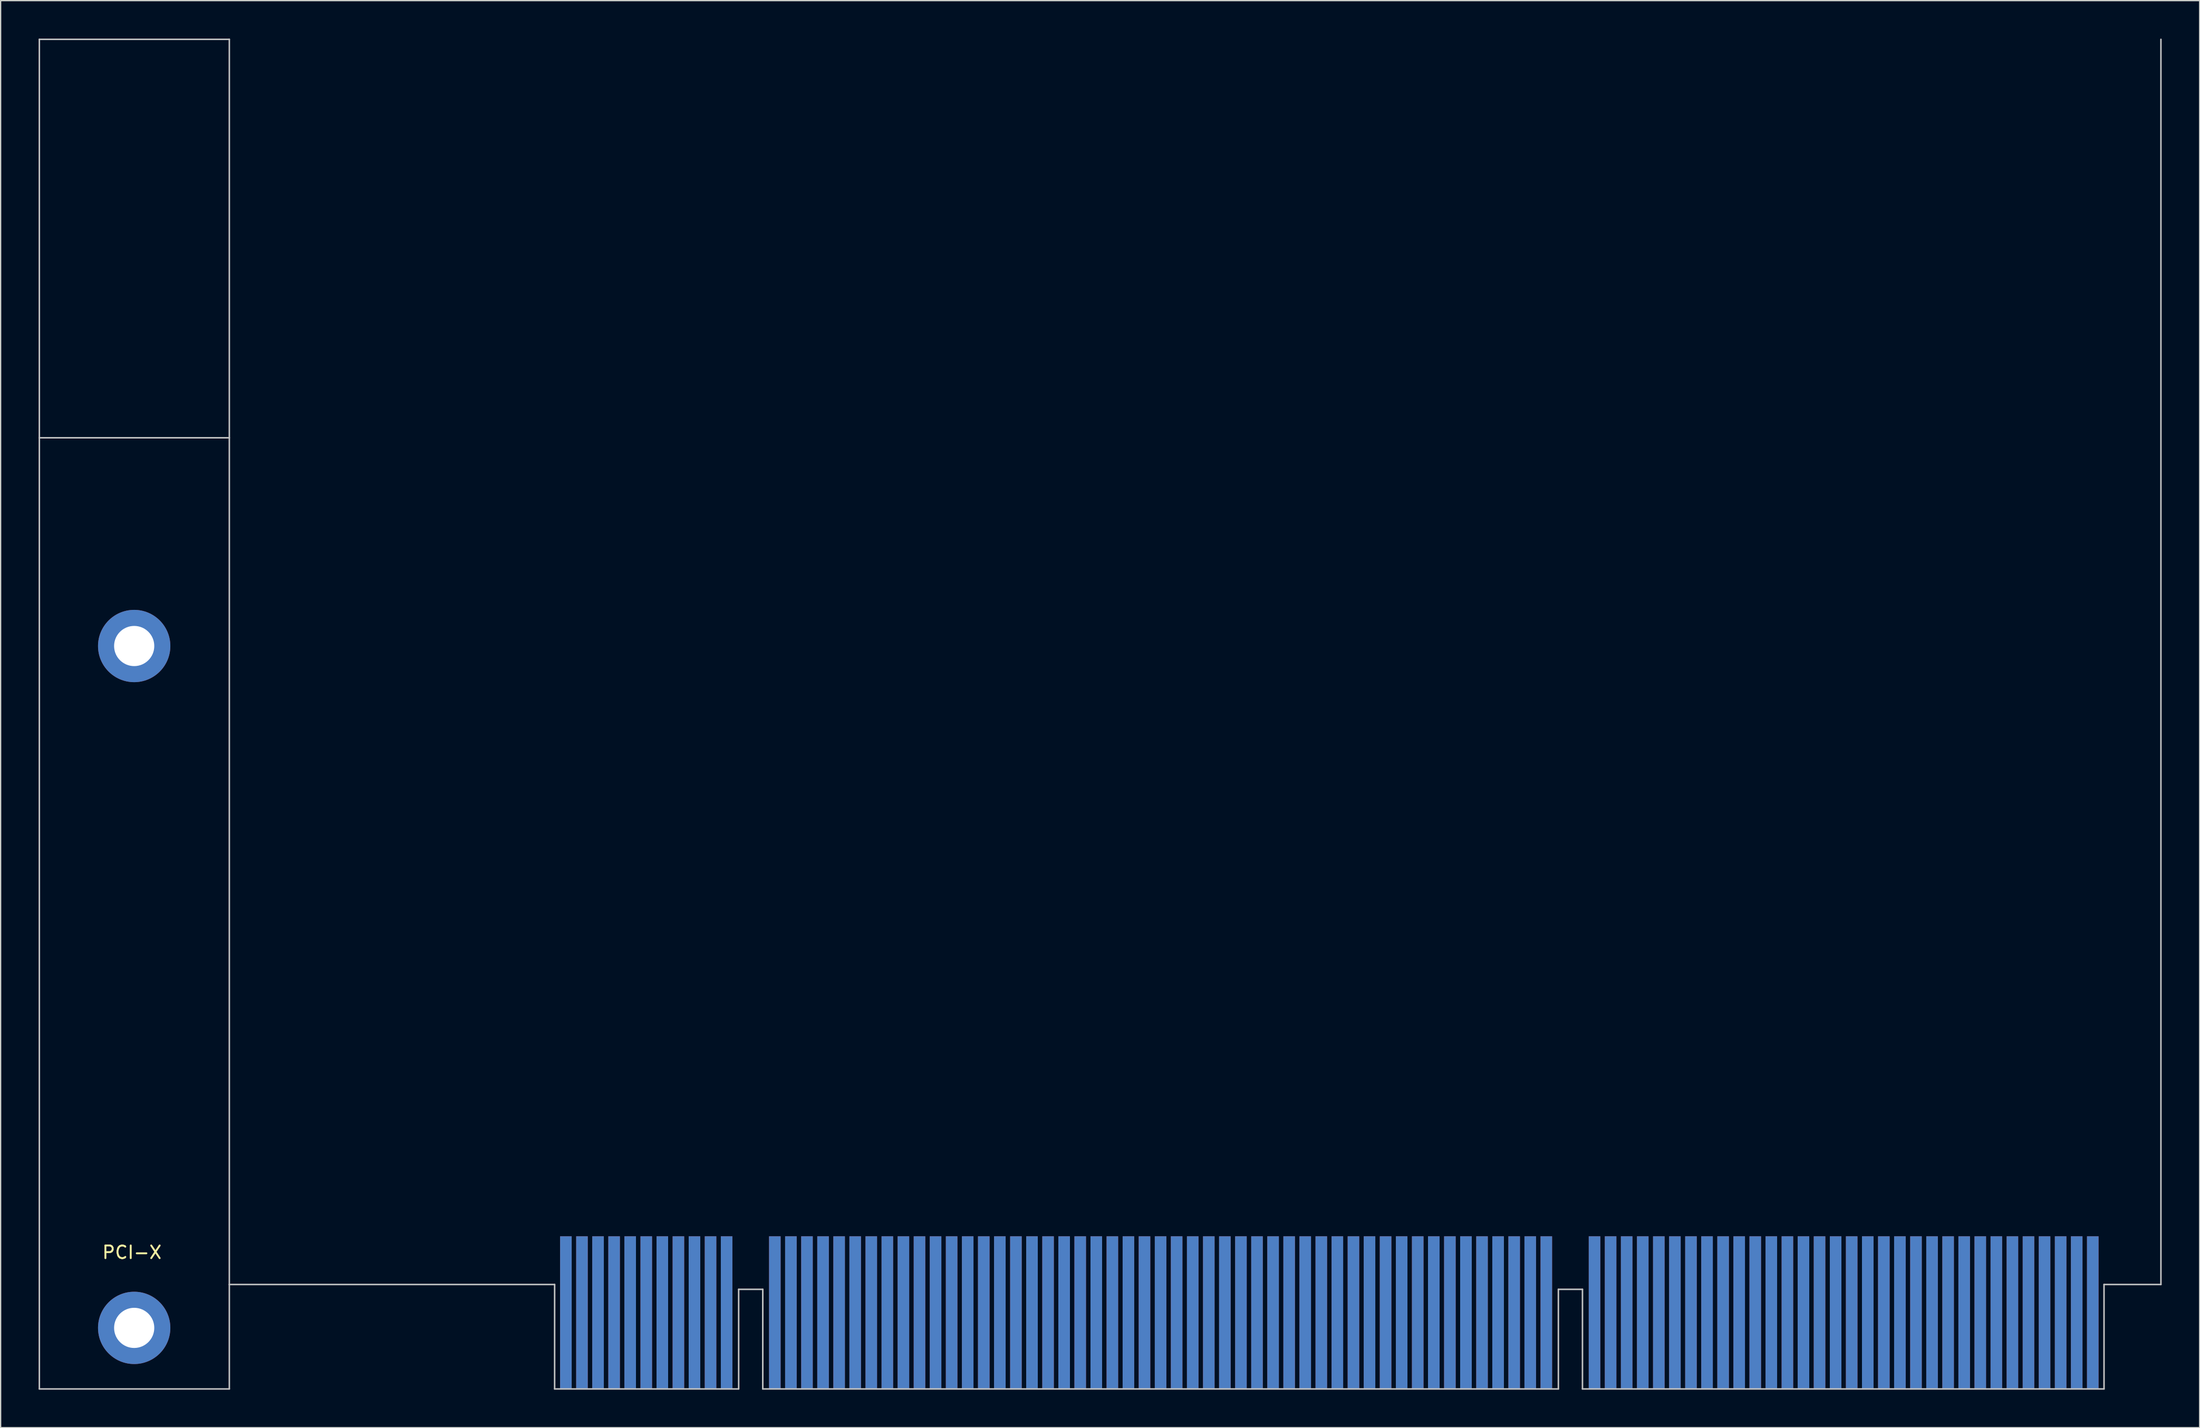
<source format=kicad_pcb>
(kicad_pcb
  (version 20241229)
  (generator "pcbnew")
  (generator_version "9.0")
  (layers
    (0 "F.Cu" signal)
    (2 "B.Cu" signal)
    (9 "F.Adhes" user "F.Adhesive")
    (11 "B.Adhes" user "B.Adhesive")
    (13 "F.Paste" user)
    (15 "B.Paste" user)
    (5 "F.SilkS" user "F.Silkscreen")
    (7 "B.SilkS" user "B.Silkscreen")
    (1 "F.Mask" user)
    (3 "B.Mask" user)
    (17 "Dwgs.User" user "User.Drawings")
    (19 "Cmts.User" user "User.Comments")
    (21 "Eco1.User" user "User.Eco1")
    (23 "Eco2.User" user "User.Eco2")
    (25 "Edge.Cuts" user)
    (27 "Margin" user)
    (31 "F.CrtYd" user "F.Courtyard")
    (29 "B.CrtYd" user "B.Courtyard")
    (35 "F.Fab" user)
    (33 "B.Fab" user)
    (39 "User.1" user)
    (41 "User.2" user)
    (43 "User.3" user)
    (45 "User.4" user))
  (footprint "PCI-X"
    (layer "F.Cu")
    (at 56.27 94.675)
    (property "Reference" "PCI-X" (at -48.895 1.27 0) (layer "F.SilkS") (effects (font (size 1 1) (thickness 0.15))))
    (attr through_hole)
    (fp_line (start -56.21 -94.615) (end -41.199 -94.615) (stroke (width 0.12) (type solid)) (layer "Dwgs.User"))
    (fp_line (start -56.21 -63.119) (end -41.199 -63.119) (stroke (width 0.12) (type solid)) (layer "Dwgs.User"))
    (fp_line (start -56.21 12.065) (end -56.21 -94.615) (stroke (width 0.12) (type solid)) (layer "Dwgs.User"))
    (fp_line (start -56.21 12.065) (end -41.199 12.065) (stroke (width 0.12) (type solid)) (layer "Dwgs.User"))
    (fp_line (start -41.199 3.81) (end -41.199 -94.615) (stroke (width 0.12) (type solid)) (layer "Dwgs.User"))
    (fp_line (start -41.199 3.81) (end -15.494 3.81) (stroke (width 0.12) (type solid)) (layer "Dwgs.User"))
    (fp_line (start -41.199 12.065) (end -41.199 3.81) (stroke (width 0.12) (type solid)) (layer "Dwgs.User"))
    (fp_line (start -15.494 3.81) (end -15.494 12.065) (stroke (width 0.12) (type solid)) (layer "Dwgs.User"))
    (fp_line (start -15.494 12.065) (end -0.953 12.065) (stroke (width 0.12) (type solid)) (layer "Dwgs.User"))
    (fp_line (start -0.953 4.191) (end 0.953 4.191) (stroke (width 0.12) (type solid)) (layer "Dwgs.User"))
    (fp_line (start -0.953 12.065) (end -0.953 4.191) (stroke (width 0.12) (type solid)) (layer "Dwgs.User"))
    (fp_line (start 0.953 4.191) (end 0.953 12.065) (stroke (width 0.12) (type solid)) (layer "Dwgs.User"))
    (fp_line (start 0.953 12.065) (end 63.818 12.065) (stroke (width 0.12) (type solid)) (layer "Dwgs.User"))
    (fp_line (start 63.818 4.191) (end 65.722 4.191) (stroke (width 0.12) (type solid)) (layer "Dwgs.User"))
    (fp_line (start 63.818 12.065) (end 63.818 4.191) (stroke (width 0.12) (type solid)) (layer "Dwgs.User"))
    (fp_line (start 65.722 4.191) (end 65.722 12.065) (stroke (width 0.12) (type solid)) (layer "Dwgs.User"))
    (fp_line (start 65.722 12.065) (end 106.934 12.065) (stroke (width 0.12) (type solid)) (layer "Dwgs.User"))
    (fp_line (start 106.934 3.81) (end 111.43 3.81) (stroke (width 0.12) (type solid)) (layer "Dwgs.User"))
    (fp_line (start 106.934 12.065) (end 106.934 3.81) (stroke (width 0.12) (type solid)) (layer "Dwgs.User"))
    (fp_line (start 111.43 3.81) (end 111.43 -94.615) (stroke (width 0.12) (type solid)) (layer "Dwgs.User"))
    (pad "" thru_hole circle (at -48.717 -46.66) (size 5.715 5.715) (drill 3.175) (layers "*.Cu" "*.Mask"))
    (pad "" thru_hole circle (at -48.717 7.239) (size 5.715 5.715) (drill 3.175) (layers "*.Cu" "*.Mask"))
    (pad "A1" smd rect (at -14.605 0) (size 0.914 12.065) (drill (offset 0 6.032)) (layers "F.Cu" "F.Mask"))
    (pad "A2" smd rect (at -13.335 0) (size 0.914 12.065) (drill (offset 0 6.032)) (layers "F.Cu" "F.Mask"))
    (pad "A3" smd rect (at -12.065 0) (size 0.914 12.065) (drill (offset 0 6.032)) (layers "F.Cu" "F.Mask"))
    (pad "A4" smd rect (at -10.795 0) (size 0.914 12.065) (drill (offset 0 6.032)) (layers "F.Cu" "F.Mask"))
    (pad "A5" smd rect (at -9.525 0) (size 0.914 12.065) (drill (offset 0 6.032)) (layers "F.Cu" "F.Mask"))
    (pad "A6" smd rect (at -8.255 0) (size 0.914 12.065) (drill (offset 0 6.032)) (layers "F.Cu" "F.Mask"))
    (pad "A7" smd rect (at -6.985 0) (size 0.914 12.065) (drill (offset 0 6.032)) (layers "F.Cu" "F.Mask"))
    (pad "A8" smd rect (at -5.715 0) (size 0.914 12.065) (drill (offset 0 6.032)) (layers "F.Cu" "F.Mask"))
    (pad "A9" smd rect (at -4.445 0) (size 0.914 12.065) (drill (offset 0 6.032)) (layers "F.Cu" "F.Mask"))
    (pad "A10" smd rect (at -3.175 0) (size 0.914 12.065) (drill (offset 0 6.032)) (layers "F.Cu" "F.Mask"))
    (pad "A11" smd rect (at -1.905 0) (size 0.914 12.065) (drill (offset 0 6.032)) (layers "F.Cu" "F.Mask"))
    (pad "A14" smd rect (at 1.905 0) (size 0.914 12.065) (drill (offset 0 6.032)) (layers "F.Cu" "F.Mask"))
    (pad "A15" smd rect (at 3.175 0) (size 0.914 12.065) (drill (offset 0 6.032)) (layers "F.Cu" "F.Mask"))
    (pad "A16" smd rect (at 4.445 0) (size 0.914 12.065) (drill (offset 0 6.032)) (layers "F.Cu" "F.Mask"))
    (pad "A17" smd rect (at 5.715 0) (size 0.914 12.065) (drill (offset 0 6.032)) (layers "F.Cu" "F.Mask"))
    (pad "A18" smd rect (at 6.985 0) (size 0.914 12.065) (drill (offset 0 6.032)) (layers "F.Cu" "F.Mask"))
    (pad "A19" smd rect (at 8.255 0) (size 0.914 12.065) (drill (offset 0 6.032)) (layers "F.Cu" "F.Mask"))
    (pad "A20" smd rect (at 9.525 0) (size 0.914 12.065) (drill (offset 0 6.032)) (layers "F.Cu" "F.Mask"))
    (pad "A21" smd rect (at 10.795 0) (size 0.914 12.065) (drill (offset 0 6.032)) (layers "F.Cu" "F.Mask"))
    (pad "A22" smd rect (at 12.065 0) (size 0.914 12.065) (drill (offset 0 6.032)) (layers "F.Cu" "F.Mask"))
    (pad "A23" smd rect (at 13.335 0) (size 0.914 12.065) (drill (offset 0 6.032)) (layers "F.Cu" "F.Mask"))
    (pad "A24" smd rect (at 14.605 0) (size 0.914 12.065) (drill (offset 0 6.032)) (layers "F.Cu" "F.Mask"))
    (pad "A25" smd rect (at 15.875 0) (size 0.914 12.065) (drill (offset 0 6.032)) (layers "F.Cu" "F.Mask"))
    (pad "A26" smd rect (at 17.145 0) (size 0.914 12.065) (drill (offset 0 6.032)) (layers "F.Cu" "F.Mask"))
    (pad "A27" smd rect (at 18.415 0) (size 0.914 12.065) (drill (offset 0 6.032)) (layers "F.Cu" "F.Mask"))
    (pad "A28" smd rect (at 19.685 0) (size 0.914 12.065) (drill (offset 0 6.032)) (layers "F.Cu" "F.Mask"))
    (pad "A29" smd rect (at 20.955 0) (size 0.914 12.065) (drill (offset 0 6.032)) (layers "F.Cu" "F.Mask"))
    (pad "A30" smd rect (at 22.225 0) (size 0.914 12.065) (drill (offset 0 6.032)) (layers "F.Cu" "F.Mask"))
    (pad "A31" smd rect (at 23.495 0) (size 0.914 12.065) (drill (offset 0 6.032)) (layers "F.Cu" "F.Mask"))
    (pad "A32" smd rect (at 24.765 0) (size 0.914 12.065) (drill (offset 0 6.032)) (layers "F.Cu" "F.Mask"))
    (pad "A33" smd rect (at 26.035 0) (size 0.914 12.065) (drill (offset 0 6.032)) (layers "F.Cu" "F.Mask"))
    (pad "A34" smd rect (at 27.305 0) (size 0.914 12.065) (drill (offset 0 6.032)) (layers "F.Cu" "F.Mask"))
    (pad "A35" smd rect (at 28.575 0) (size 0.914 12.065) (drill (offset 0 6.032)) (layers "F.Cu" "F.Mask"))
    (pad "A36" smd rect (at 29.845 0) (size 0.914 12.065) (drill (offset 0 6.032)) (layers "F.Cu" "F.Mask"))
    (pad "A37" smd rect (at 31.115 0) (size 0.914 12.065) (drill (offset 0 6.032)) (layers "F.Cu" "F.Mask"))
    (pad "A38" smd rect (at 32.385 0) (size 0.914 12.065) (drill (offset 0 6.032)) (layers "F.Cu" "F.Mask"))
    (pad "A39" smd rect (at 33.655 0) (size 0.914 12.065) (drill (offset 0 6.032)) (layers "F.Cu" "F.Mask"))
    (pad "A40" smd rect (at 34.925 0) (size 0.914 12.065) (drill (offset 0 6.032)) (layers "F.Cu" "F.Mask"))
    (pad "A41" smd rect (at 36.195 0) (size 0.914 12.065) (drill (offset 0 6.032)) (layers "F.Cu" "F.Mask"))
    (pad "A42" smd rect (at 37.465 0) (size 0.914 12.065) (drill (offset 0 6.032)) (layers "F.Cu" "F.Mask"))
    (pad "A43" smd rect (at 38.735 0) (size 0.914 12.065) (drill (offset 0 6.032)) (layers "F.Cu" "F.Mask"))
    (pad "A44" smd rect (at 40.005 0) (size 0.914 12.065) (drill (offset 0 6.032)) (layers "F.Cu" "F.Mask"))
    (pad "A45" smd rect (at 41.275 0) (size 0.914 12.065) (drill (offset 0 6.032)) (layers "F.Cu" "F.Mask"))
    (pad "A46" smd rect (at 42.545 0) (size 0.914 12.065) (drill (offset 0 6.032)) (layers "F.Cu" "F.Mask"))
    (pad "A47" smd rect (at 43.815 0) (size 0.914 12.065) (drill (offset 0 6.032)) (layers "F.Cu" "F.Mask"))
    (pad "A48" smd rect (at 45.085 0) (size 0.914 12.065) (drill (offset 0 6.032)) (layers "F.Cu" "F.Mask"))
    (pad "A49" smd rect (at 46.355 0) (size 0.914 12.065) (drill (offset 0 6.032)) (layers "F.Cu" "F.Mask"))
    (pad "A50" smd rect (at 47.625 0) (size 0.914 12.065) (drill (offset 0 6.032)) (layers "F.Cu" "F.Mask"))
    (pad "A51" smd rect (at 48.895 0) (size 0.914 12.065) (drill (offset 0 6.032)) (layers "F.Cu" "F.Mask"))
    (pad "A52" smd rect (at 50.165 0) (size 0.914 12.065) (drill (offset 0 6.032)) (layers "F.Cu" "F.Mask"))
    (pad "A53" smd rect (at 51.435 0) (size 0.914 12.065) (drill (offset 0 6.032)) (layers "F.Cu" "F.Mask"))
    (pad "A54" smd rect (at 52.705 0) (size 0.914 12.065) (drill (offset 0 6.032)) (layers "F.Cu" "F.Mask"))
    (pad "A55" smd rect (at 53.975 0) (size 0.914 12.065) (drill (offset 0 6.032)) (layers "F.Cu" "F.Mask"))
    (pad "A56" smd rect (at 55.245 0) (size 0.914 12.065) (drill (offset 0 6.032)) (layers "F.Cu" "F.Mask"))
    (pad "A57" smd rect (at 56.515 0) (size 0.914 12.065) (drill (offset 0 6.032)) (layers "F.Cu" "F.Mask"))
    (pad "A58" smd rect (at 57.785 0) (size 0.914 12.065) (drill (offset 0 6.032)) (layers "F.Cu" "F.Mask"))
    (pad "A59" smd rect (at 59.055 0) (size 0.914 12.065) (drill (offset 0 6.032)) (layers "F.Cu" "F.Mask"))
    (pad "A60" smd rect (at 60.325 0) (size 0.914 12.065) (drill (offset 0 6.032)) (layers "F.Cu" "F.Mask"))
    (pad "A61" smd rect (at 61.595 0) (size 0.914 12.065) (drill (offset 0 6.032)) (layers "F.Cu" "F.Mask"))
    (pad "A62" smd rect (at 62.865 0) (size 0.914 12.065) (drill (offset 0 6.032)) (layers "F.Cu" "F.Mask"))
    (pad "A65" smd rect (at 66.675 0) (size 0.914 12.065) (drill (offset 0 6.032)) (layers "F.Cu" "F.Mask"))
    (pad "A66" smd rect (at 67.945 0) (size 0.914 12.065) (drill (offset 0 6.032)) (layers "F.Cu" "F.Mask"))
    (pad "A67" smd rect (at 69.215 0) (size 0.914 12.065) (drill (offset 0 6.032)) (layers "F.Cu" "F.Mask"))
    (pad "A68" smd rect (at 70.485 0) (size 0.914 12.065) (drill (offset 0 6.032)) (layers "F.Cu" "F.Mask"))
    (pad "A69" smd rect (at 71.755 0) (size 0.914 12.065) (drill (offset 0 6.032)) (layers "F.Cu" "F.Mask"))
    (pad "A70" smd rect (at 73.025 0) (size 0.914 12.065) (drill (offset 0 6.032)) (layers "F.Cu" "F.Mask"))
    (pad "A71" smd rect (at 74.295 0) (size 0.914 12.065) (drill (offset 0 6.032)) (layers "F.Cu" "F.Mask"))
    (pad "A72" smd rect (at 75.565 0) (size 0.914 12.065) (drill (offset 0 6.032)) (layers "F.Cu" "F.Mask"))
    (pad "A73" smd rect (at 76.835 0) (size 0.914 12.065) (drill (offset 0 6.032)) (layers "F.Cu" "F.Mask"))
    (pad "A74" smd rect (at 78.105 0) (size 0.914 12.065) (drill (offset 0 6.032)) (layers "F.Cu" "F.Mask"))
    (pad "A75" smd rect (at 79.375 0) (size 0.914 12.065) (drill (offset 0 6.032)) (layers "F.Cu" "F.Mask"))
    (pad "A76" smd rect (at 80.645 0) (size 0.914 12.065) (drill (offset 0 6.032)) (layers "F.Cu" "F.Mask"))
    (pad "A77" smd rect (at 81.915 0) (size 0.914 12.065) (drill (offset 0 6.032)) (layers "F.Cu" "F.Mask"))
    (pad "A78" smd rect (at 83.185 0) (size 0.914 12.065) (drill (offset 0 6.032)) (layers "F.Cu" "F.Mask"))
    (pad "A79" smd rect (at 84.455 0) (size 0.914 12.065) (drill (offset 0 6.032)) (layers "F.Cu" "F.Mask"))
    (pad "A80" smd rect (at 85.725 0) (size 0.914 12.065) (drill (offset 0 6.032)) (layers "F.Cu" "F.Mask"))
    (pad "A81" smd rect (at 86.995 0) (size 0.914 12.065) (drill (offset 0 6.032)) (layers "F.Cu" "F.Mask"))
    (pad "A82" smd rect (at 88.265 0) (size 0.914 12.065) (drill (offset 0 6.032)) (layers "F.Cu" "F.Mask"))
    (pad "A83" smd rect (at 89.535 0) (size 0.914 12.065) (drill (offset 0 6.032)) (layers "F.Cu" "F.Mask"))
    (pad "A84" smd rect (at 90.805 0) (size 0.914 12.065) (drill (offset 0 6.032)) (layers "F.Cu" "F.Mask"))
    (pad "A85" smd rect (at 92.075 0) (size 0.914 12.065) (drill (offset 0 6.032)) (layers "F.Cu" "F.Mask"))
    (pad "A86" smd rect (at 93.345 0) (size 0.914 12.065) (drill (offset 0 6.032)) (layers "F.Cu" "F.Mask"))
    (pad "A87" smd rect (at 94.615 0) (size 0.914 12.065) (drill (offset 0 6.032)) (layers "F.Cu" "F.Mask"))
    (pad "A88" smd rect (at 95.885 0) (size 0.914 12.065) (drill (offset 0 6.032)) (layers "F.Cu" "F.Mask"))
    (pad "A89" smd rect (at 97.155 0) (size 0.914 12.065) (drill (offset 0 6.032)) (layers "F.Cu" "F.Mask"))
    (pad "A90" smd rect (at 98.425 0) (size 0.914 12.065) (drill (offset 0 6.032)) (layers "F.Cu" "F.Mask"))
    (pad "A91" smd rect (at 99.695 0) (size 0.914 12.065) (drill (offset 0 6.032)) (layers "F.Cu" "F.Mask"))
    (pad "A92" smd rect (at 100.965 0) (size 0.914 12.065) (drill (offset 0 6.032)) (layers "F.Cu" "F.Mask"))
    (pad "A93" smd rect (at 102.235 0) (size 0.914 12.065) (drill (offset 0 6.032)) (layers "F.Cu" "F.Mask"))
    (pad "A94" smd rect (at 103.505 0) (size 0.914 12.065) (drill (offset 0 6.032)) (layers "F.Cu" "F.Mask"))
    (pad "A95" smd rect (at 104.775 0) (size 0.914 12.065) (drill (offset 0 6.032)) (layers "F.Cu" "F.Mask"))
    (pad "A96" smd rect (at 106.045 0) (size 0.914 12.065) (drill (offset 0 6.032)) (layers "F.Cu" "F.Mask"))
    (pad "B1" smd rect (at -14.605 0) (size 0.914 12.065) (drill (offset 0 6.032)) (layers "B.Cu" "B.Mask"))
    (pad "B2" smd rect (at -13.335 0) (size 0.914 12.065) (drill (offset 0 6.032)) (layers "B.Cu" "B.Mask"))
    (pad "B3" smd rect (at -12.065 0) (size 0.914 12.065) (drill (offset 0 6.032)) (layers "B.Cu" "B.Mask"))
    (pad "B4" smd rect (at -10.795 0) (size 0.914 12.065) (drill (offset 0 6.032)) (layers "B.Cu" "B.Mask"))
    (pad "B5" smd rect (at -9.525 0) (size 0.914 12.065) (drill (offset 0 6.032)) (layers "B.Cu" "B.Mask"))
    (pad "B6" smd rect (at -8.255 0) (size 0.914 12.065) (drill (offset 0 6.032)) (layers "B.Cu" "B.Mask"))
    (pad "B7" smd rect (at -6.985 0) (size 0.914 12.065) (drill (offset 0 6.032)) (layers "B.Cu" "B.Mask"))
    (pad "B8" smd rect (at -5.715 0) (size 0.914 12.065) (drill (offset 0 6.032)) (layers "B.Cu" "B.Mask"))
    (pad "B9" smd rect (at -4.445 0) (size 0.914 12.065) (drill (offset 0 6.032)) (layers "B.Cu" "B.Mask"))
    (pad "B10" smd rect (at -3.175 0) (size 0.914 12.065) (drill (offset 0 6.032)) (layers "B.Cu" "B.Mask"))
    (pad "B11" smd rect (at -1.905 0) (size 0.914 12.065) (drill (offset 0 6.032)) (layers "B.Cu" "B.Mask"))
    (pad "B14" smd rect (at 1.905 0) (size 0.914 12.065) (drill (offset 0 6.032)) (layers "B.Cu" "B.Mask"))
    (pad "B15" smd rect (at 3.175 0) (size 0.914 12.065) (drill (offset 0 6.032)) (layers "B.Cu" "B.Mask"))
    (pad "B16" smd rect (at 4.445 0) (size 0.914 12.065) (drill (offset 0 6.032)) (layers "B.Cu" "B.Mask"))
    (pad "B17" smd rect (at 5.715 0) (size 0.914 12.065) (drill (offset 0 6.032)) (layers "B.Cu" "B.Mask"))
    (pad "B18" smd rect (at 6.985 0) (size 0.914 12.065) (drill (offset 0 6.032)) (layers "B.Cu" "B.Mask"))
    (pad "B19" smd rect (at 8.255 0) (size 0.914 12.065) (drill (offset 0 6.032)) (layers "B.Cu" "B.Mask"))
    (pad "B20" smd rect (at 9.525 0) (size 0.914 12.065) (drill (offset 0 6.032)) (layers "B.Cu" "B.Mask"))
    (pad "B21" smd rect (at 10.795 0) (size 0.914 12.065) (drill (offset 0 6.032)) (layers "B.Cu" "B.Mask"))
    (pad "B22" smd rect (at 12.065 0) (size 0.914 12.065) (drill (offset 0 6.032)) (layers "B.Cu" "B.Mask"))
    (pad "B23" smd rect (at 13.335 0) (size 0.914 12.065) (drill (offset 0 6.032)) (layers "B.Cu" "B.Mask"))
    (pad "B24" smd rect (at 14.605 0) (size 0.914 12.065) (drill (offset 0 6.032)) (layers "B.Cu" "B.Mask"))
    (pad "B25" smd rect (at 15.875 0) (size 0.914 12.065) (drill (offset 0 6.032)) (layers "B.Cu" "B.Mask"))
    (pad "B26" smd rect (at 17.145 0) (size 0.914 12.065) (drill (offset 0 6.032)) (layers "B.Cu" "B.Mask"))
    (pad "B27" smd rect (at 18.415 0) (size 0.914 12.065) (drill (offset 0 6.032)) (layers "B.Cu" "B.Mask"))
    (pad "B28" smd rect (at 19.685 0) (size 0.914 12.065) (drill (offset 0 6.032)) (layers "B.Cu" "B.Mask"))
    (pad "B29" smd rect (at 20.955 0) (size 0.914 12.065) (drill (offset 0 6.032)) (layers "B.Cu" "B.Mask"))
    (pad "B30" smd rect (at 22.225 0) (size 0.914 12.065) (drill (offset 0 6.032)) (layers "B.Cu" "B.Mask"))
    (pad "B31" smd rect (at 23.495 0) (size 0.914 12.065) (drill (offset 0 6.032)) (layers "B.Cu" "B.Mask"))
    (pad "B32" smd rect (at 24.765 0) (size 0.914 12.065) (drill (offset 0 6.032)) (layers "B.Cu" "B.Mask"))
    (pad "B33" smd rect (at 26.035 0) (size 0.914 12.065) (drill (offset 0 6.032)) (layers "B.Cu" "B.Mask"))
    (pad "B34" smd rect (at 27.305 0) (size 0.914 12.065) (drill (offset 0 6.032)) (layers "B.Cu" "B.Mask"))
    (pad "B35" smd rect (at 28.575 0) (size 0.914 12.065) (drill (offset 0 6.032)) (layers "B.Cu" "B.Mask"))
    (pad "B36" smd rect (at 29.845 0) (size 0.914 12.065) (drill (offset 0 6.032)) (layers "B.Cu" "B.Mask"))
    (pad "B37" smd rect (at 31.115 0) (size 0.914 12.065) (drill (offset 0 6.032)) (layers "B.Cu" "B.Mask"))
    (pad "B38" smd rect (at 32.385 0) (size 0.914 12.065) (drill (offset 0 6.032)) (layers "B.Cu" "B.Mask"))
    (pad "B39" smd rect (at 33.655 0) (size 0.914 12.065) (drill (offset 0 6.032)) (layers "B.Cu" "B.Mask"))
    (pad "B40" smd rect (at 34.925 0) (size 0.914 12.065) (drill (offset 0 6.032)) (layers "B.Cu" "B.Mask"))
    (pad "B41" smd rect (at 36.195 0) (size 0.914 12.065) (drill (offset 0 6.032)) (layers "B.Cu" "B.Mask"))
    (pad "B42" smd rect (at 37.465 0) (size 0.914 12.065) (drill (offset 0 6.032)) (layers "B.Cu" "B.Mask"))
    (pad "B43" smd rect (at 38.735 0) (size 0.914 12.065) (drill (offset 0 6.032)) (layers "B.Cu" "B.Mask"))
    (pad "B44" smd rect (at 40.005 0) (size 0.914 12.065) (drill (offset 0 6.032)) (layers "B.Cu" "B.Mask"))
    (pad "B45" smd rect (at 41.275 0) (size 0.914 12.065) (drill (offset 0 6.032)) (layers "B.Cu" "B.Mask"))
    (pad "B46" smd rect (at 42.545 0) (size 0.914 12.065) (drill (offset 0 6.032)) (layers "B.Cu" "B.Mask"))
    (pad "B47" smd rect (at 43.815 0) (size 0.914 12.065) (drill (offset 0 6.032)) (layers "B.Cu" "B.Mask"))
    (pad "B48" smd rect (at 45.085 0) (size 0.914 12.065) (drill (offset 0 6.032)) (layers "B.Cu" "B.Mask"))
    (pad "B49" smd rect (at 46.355 0) (size 0.914 12.065) (drill (offset 0 6.032)) (layers "B.Cu" "B.Mask"))
    (pad "B50" smd rect (at 47.625 0) (size 0.914 12.065) (drill (offset 0 6.032)) (layers "B.Cu" "B.Mask"))
    (pad "B51" smd rect (at 48.895 0) (size 0.914 12.065) (drill (offset 0 6.032)) (layers "B.Cu" "B.Mask"))
    (pad "B52" smd rect (at 50.165 0) (size 0.914 12.065) (drill (offset 0 6.032)) (layers "B.Cu" "B.Mask"))
    (pad "B53" smd rect (at 51.435 0) (size 0.914 12.065) (drill (offset 0 6.032)) (layers "B.Cu" "B.Mask"))
    (pad "B54" smd rect (at 52.705 0) (size 0.914 12.065) (drill (offset 0 6.032)) (layers "B.Cu" "B.Mask"))
    (pad "B55" smd rect (at 53.975 0) (size 0.914 12.065) (drill (offset 0 6.032)) (layers "B.Cu" "B.Mask"))
    (pad "B56" smd rect (at 55.245 0) (size 0.914 12.065) (drill (offset 0 6.032)) (layers "B.Cu" "B.Mask"))
    (pad "B57" smd rect (at 56.515 0) (size 0.914 12.065) (drill (offset 0 6.032)) (layers "B.Cu" "B.Mask"))
    (pad "B58" smd rect (at 57.785 0) (size 0.914 12.065) (drill (offset 0 6.032)) (layers "B.Cu" "B.Mask"))
    (pad "B59" smd rect (at 59.055 0) (size 0.914 12.065) (drill (offset 0 6.032)) (layers "B.Cu" "B.Mask"))
    (pad "B60" smd rect (at 60.325 0) (size 0.914 12.065) (drill (offset 0 6.032)) (layers "B.Cu" "B.Mask"))
    (pad "B61" smd rect (at 61.595 0) (size 0.914 12.065) (drill (offset 0 6.032)) (layers "B.Cu" "B.Mask"))
    (pad "B62" smd rect (at 62.865 0) (size 0.914 12.065) (drill (offset 0 6.032)) (layers "B.Cu" "B.Mask"))
    (pad "B65" smd rect (at 66.675 0) (size 0.914 12.065) (drill (offset 0 6.032)) (layers "B.Cu" "B.Mask"))
    (pad "B66" smd rect (at 67.945 0) (size 0.914 12.065) (drill (offset 0 6.032)) (layers "B.Cu" "B.Mask"))
    (pad "B67" smd rect (at 69.215 0) (size 0.914 12.065) (drill (offset 0 6.032)) (layers "B.Cu" "B.Mask"))
    (pad "B68" smd rect (at 70.485 0) (size 0.914 12.065) (drill (offset 0 6.032)) (layers "B.Cu" "B.Mask"))
    (pad "B69" smd rect (at 71.755 0) (size 0.914 12.065) (drill (offset 0 6.032)) (layers "B.Cu" "B.Mask"))
    (pad "B70" smd rect (at 73.025 0) (size 0.914 12.065) (drill (offset 0 6.032)) (layers "B.Cu" "B.Mask"))
    (pad "B71" smd rect (at 74.295 0) (size 0.914 12.065) (drill (offset 0 6.032)) (layers "B.Cu" "B.Mask"))
    (pad "B72" smd rect (at 75.565 0) (size 0.914 12.065) (drill (offset 0 6.032)) (layers "B.Cu" "B.Mask"))
    (pad "B73" smd rect (at 76.835 0) (size 0.914 12.065) (drill (offset 0 6.032)) (layers "B.Cu" "B.Mask"))
    (pad "B74" smd rect (at 78.105 0) (size 0.914 12.065) (drill (offset 0 6.032)) (layers "B.Cu" "B.Mask"))
    (pad "B75" smd rect (at 79.375 0) (size 0.914 12.065) (drill (offset 0 6.032)) (layers "B.Cu" "B.Mask"))
    (pad "B76" smd rect (at 80.645 0) (size 0.914 12.065) (drill (offset 0 6.032)) (layers "B.Cu" "B.Mask"))
    (pad "B77" smd rect (at 81.915 0) (size 0.914 12.065) (drill (offset 0 6.032)) (layers "B.Cu" "B.Mask"))
    (pad "B78" smd rect (at 83.185 0) (size 0.914 12.065) (drill (offset 0 6.032)) (layers "B.Cu" "B.Mask"))
    (pad "B79" smd rect (at 84.455 0) (size 0.914 12.065) (drill (offset 0 6.032)) (layers "B.Cu" "B.Mask"))
    (pad "B80" smd rect (at 85.725 0) (size 0.914 12.065) (drill (offset 0 6.032)) (layers "B.Cu" "B.Mask"))
    (pad "B81" smd rect (at 86.995 0) (size 0.914 12.065) (drill (offset 0 6.032)) (layers "B.Cu" "B.Mask"))
    (pad "B82" smd rect (at 88.265 0) (size 0.914 12.065) (drill (offset 0 6.032)) (layers "B.Cu" "B.Mask"))
    (pad "B83" smd rect (at 89.535 0) (size 0.914 12.065) (drill (offset 0 6.032)) (layers "B.Cu" "B.Mask"))
    (pad "B84" smd rect (at 90.805 0) (size 0.914 12.065) (drill (offset 0 6.032)) (layers "B.Cu" "B.Mask"))
    (pad "B85" smd rect (at 92.075 0) (size 0.914 12.065) (drill (offset 0 6.032)) (layers "B.Cu" "B.Mask"))
    (pad "B86" smd rect (at 93.345 0) (size 0.914 12.065) (drill (offset 0 6.032)) (layers "B.Cu" "B.Mask"))
    (pad "B87" smd rect (at 94.615 0) (size 0.914 12.065) (drill (offset 0 6.032)) (layers "B.Cu" "B.Mask"))
    (pad "B88" smd rect (at 95.885 0) (size 0.914 12.065) (drill (offset 0 6.032)) (layers "B.Cu" "B.Mask"))
    (pad "B89" smd rect (at 97.155 0) (size 0.914 12.065) (drill (offset 0 6.032)) (layers "B.Cu" "B.Mask"))
    (pad "B90" smd rect (at 98.425 0) (size 0.914 12.065) (drill (offset 0 6.032)) (layers "B.Cu" "B.Mask"))
    (pad "B91" smd rect (at 99.695 0) (size 0.914 12.065) (drill (offset 0 6.032)) (layers "B.Cu" "B.Mask"))
    (pad "B92" smd rect (at 100.965 0) (size 0.914 12.065) (drill (offset 0 6.032)) (layers "B.Cu" "B.Mask"))
    (pad "B93" smd rect (at 102.235 0) (size 0.914 12.065) (drill (offset 0 6.032)) (layers "B.Cu" "B.Mask"))
    (pad "B94" smd rect (at 103.505 0) (size 0.914 12.065) (drill (offset 0 6.032)) (layers "B.Cu" "B.Mask"))
    (pad "B95" smd rect (at 104.775 0) (size 0.914 12.065) (drill (offset 0 6.032)) (layers "B.Cu" "B.Mask"))
    (pad "B96" smd rect (at 106.045 0) (size 0.914 12.065) (drill (offset 0 6.032)) (layers "B.Cu" "B.Mask")))
  (gr_rect
    (start -3 -3)
    (end 170.76 109.8)
    (stroke (width 0.1) (type default))
    (fill no)
    (layer "Edge.Cuts")))
</source>
